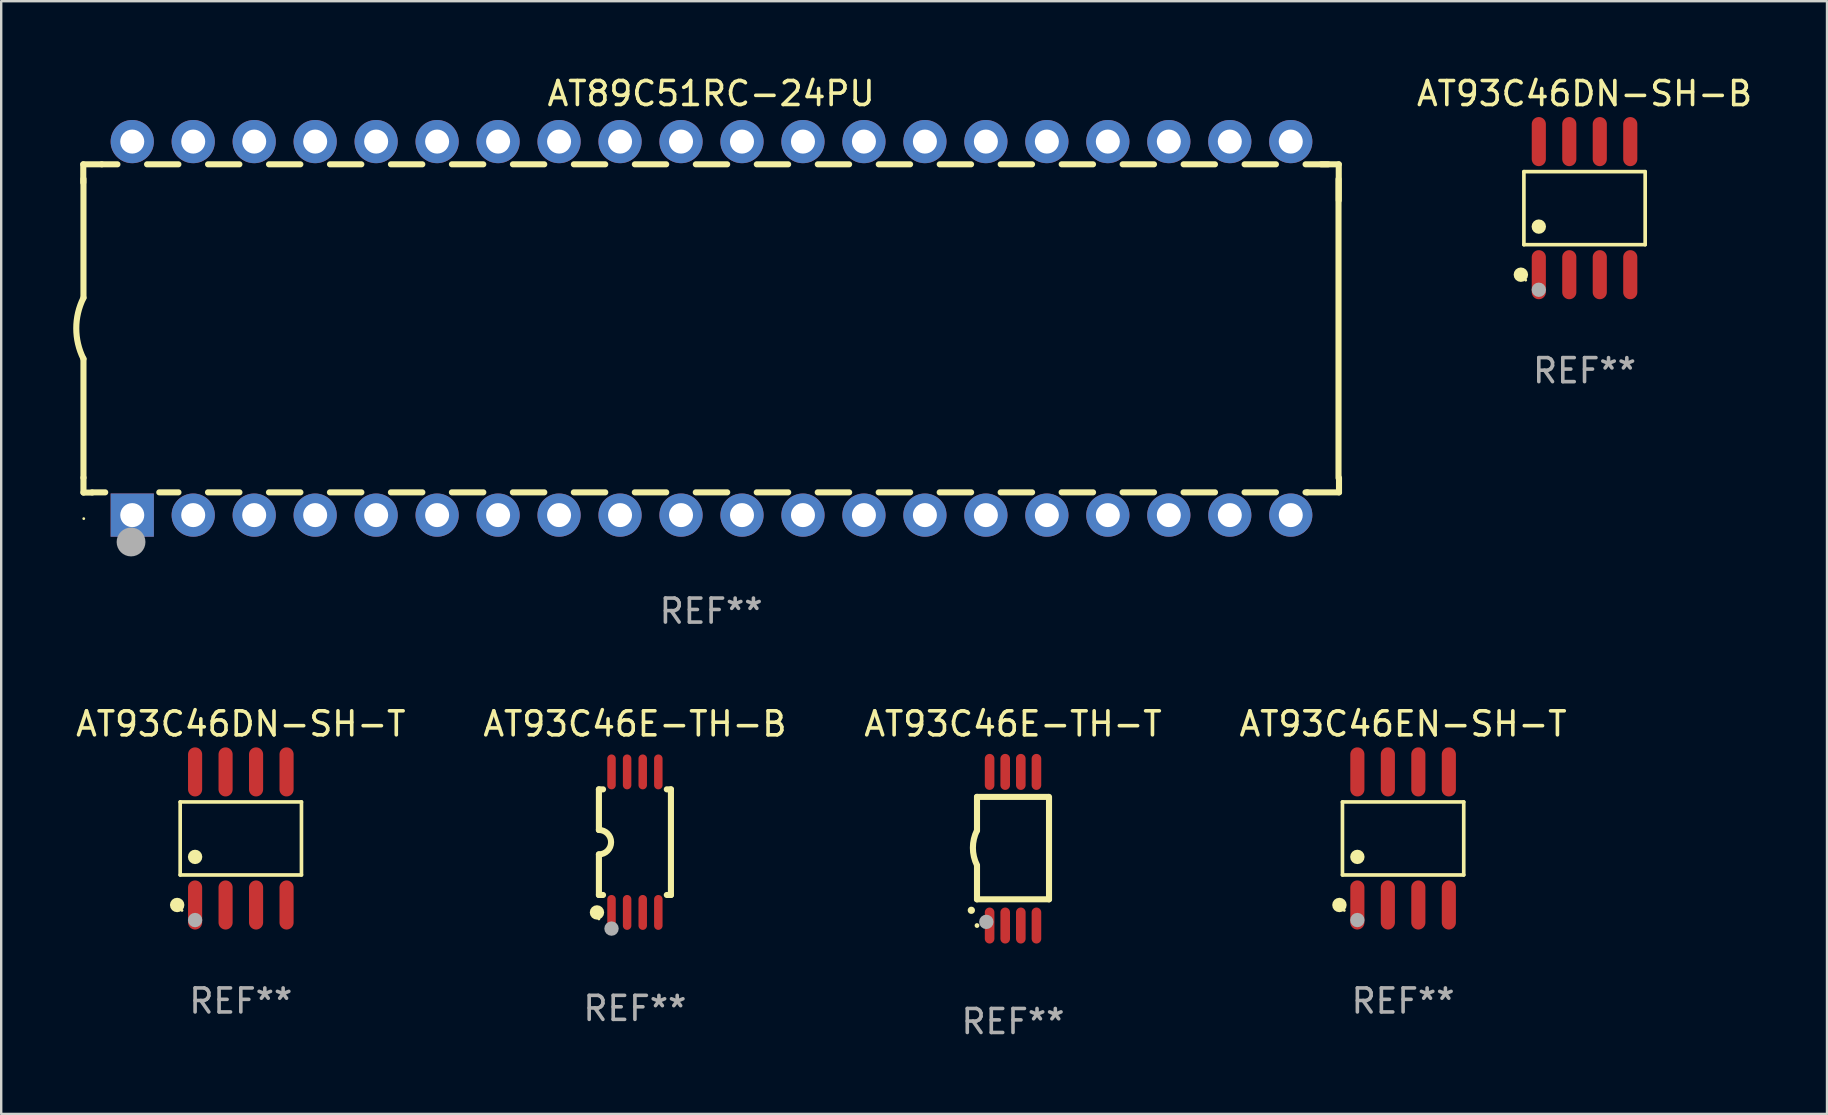
<source format=kicad_pcb>
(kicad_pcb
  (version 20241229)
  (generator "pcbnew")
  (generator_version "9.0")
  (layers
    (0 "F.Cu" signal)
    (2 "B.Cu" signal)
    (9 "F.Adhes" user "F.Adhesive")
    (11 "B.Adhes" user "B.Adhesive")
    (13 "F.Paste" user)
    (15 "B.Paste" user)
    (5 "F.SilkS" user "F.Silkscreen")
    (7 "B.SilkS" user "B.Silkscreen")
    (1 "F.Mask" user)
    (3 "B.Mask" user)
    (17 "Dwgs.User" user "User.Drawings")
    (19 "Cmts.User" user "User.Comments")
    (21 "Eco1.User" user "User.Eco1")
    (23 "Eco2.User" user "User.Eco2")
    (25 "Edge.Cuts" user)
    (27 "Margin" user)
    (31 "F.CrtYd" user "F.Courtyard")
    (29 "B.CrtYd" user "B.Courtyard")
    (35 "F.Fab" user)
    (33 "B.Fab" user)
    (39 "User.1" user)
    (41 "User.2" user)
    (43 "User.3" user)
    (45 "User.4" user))
  (footprint "AT93C46EN-SH-T"
    (layer "F.Cu")
    (at 55.399 31.877)
    (property "Reference" "AT93C46EN-SH-T" (at 0 -4.772 0) (layer "F.SilkS") (effects (font (size 1 1) (thickness 0.15))))
    (attr through_hole)
    (fp_line (start -2.526 -1.521) (end 2.526 -1.521) (stroke (width 0.152) (type solid)) (layer "F.SilkS"))
    (fp_line (start -2.526 1.521) (end -2.526 -1.521) (stroke (width 0.152) (type solid)) (layer "F.SilkS"))
    (fp_line (start 2.526 -1.521) (end 2.526 1.521) (stroke (width 0.152) (type solid)) (layer "F.SilkS"))
    (fp_line (start 2.526 1.521) (end -2.526 1.521) (stroke (width 0.152) (type solid)) (layer "F.SilkS"))
    (fp_circle (center -2.652 2.772) (end -2.501 2.772) (stroke (width 0.3) (type solid)) (fill no) (layer "F.SilkS"))
    (fp_circle (center -2.45 3) (end -2.42 3) (stroke (width 0.06) (type solid)) (fill no) (layer "F.SilkS"))
    (fp_circle (center -1.905 0.769) (end -1.755 0.769) (stroke (width 0.3) (type solid)) (fill no) (layer "F.SilkS"))
    (fp_circle (center -1.905 3.4) (end -1.755 3.4) (stroke (width 0.3) (type solid)) (fill no) (layer "F.Fab"))
    (fp_text user "REF**" (at 0 6.772 0) (layer "F.Fab") (effects (font (size 1 1) (thickness 0.15))))
    (pad "1" smd oval (at -1.905 2.772) (size 0.588 2.045) (layers "F.Cu" "F.Mask" "F.Paste"))
    (pad "2" smd oval (at -0.635 2.772) (size 0.588 2.045) (layers "F.Cu" "F.Mask" "F.Paste"))
    (pad "3" smd oval (at 0.635 2.772) (size 0.588 2.045) (layers "F.Cu" "F.Mask" "F.Paste"))
    (pad "4" smd oval (at 1.905 2.772) (size 0.588 2.045) (layers "F.Cu" "F.Mask" "F.Paste"))
    (pad "5" smd oval (at 1.905 -2.772) (size 0.588 2.045) (layers "F.Cu" "F.Mask" "F.Paste"))
    (pad "6" smd oval (at 0.635 -2.772) (size 0.588 2.045) (layers "F.Cu" "F.Mask" "F.Paste"))
    (pad "7" smd oval (at -0.635 -2.772) (size 0.588 2.045) (layers "F.Cu" "F.Mask" "F.Paste"))
    (pad "8" smd oval (at -1.905 -2.772) (size 0.588 2.045) (layers "F.Cu" "F.Mask" "F.Paste")))
  (footprint "AT93C46E-TH-B"
    (layer "F.Cu")
    (at 23.399 32.032)
    (property "Reference" "AT93C46E-TH-B" (at 0 -4.927 0) (layer "F.SilkS") (effects (font (size 1 1) (thickness 0.15))))
    (attr through_hole)
    (fp_line (start -1.5 -2.2) (end -1.5 -0.508) (stroke (width 0.254) (type solid)) (layer "F.SilkS"))
    (fp_line (start -1.5 -2.2) (end -1.328 -2.2) (stroke (width 0.254) (type solid)) (layer "F.SilkS"))
    (fp_line (start -1.5 2.2) (end -1.5 0.508) (stroke (width 0.254) (type solid)) (layer "F.SilkS"))
    (fp_line (start -1.5 2.2) (end -1.328 2.2) (stroke (width 0.254) (type solid)) (layer "F.SilkS"))
    (fp_line (start 1.328 -2.2) (end 1.5 -2.2) (stroke (width 0.254) (type solid)) (layer "F.SilkS"))
    (fp_line (start 1.328 2.2) (end 1.5 2.2) (stroke (width 0.254) (type solid)) (layer "F.SilkS"))
    (fp_line (start 1.5 -2.2) (end 1.5 2.2) (stroke (width 0.254) (type solid)) (layer "F.SilkS"))
    (fp_arc (start -1.501144 -0.508) (mid -0.993143 -0.000571) (end -1.5 0.508001) (stroke (width 0.254001) (type solid)) (layer "F.SilkS"))
    (fp_circle (center -1.581 2.927) (end -1.431 2.927) (stroke (width 0.3) (type solid)) (fill no) (layer "F.SilkS"))
    (fp_circle (center -1.5 3.2) (end -1.47 3.2) (stroke (width 0.06) (type solid)) (fill no) (layer "F.SilkS"))
    (fp_circle (center -0.975 3.6) (end -0.825 3.6) (stroke (width 0.3) (type solid)) (fill no) (layer "F.Fab"))
    (fp_text user "REF**" (at 0 6.927 0) (layer "F.Fab") (effects (font (size 1 1) (thickness 0.15))))
    (pad "1" smd oval (at -0.975 2.927) (size 0.353 1.454) (layers "F.Cu" "F.Mask" "F.Paste"))
    (pad "2" smd oval (at -0.325 2.927) (size 0.353 1.454) (layers "F.Cu" "F.Mask" "F.Paste"))
    (pad "3" smd oval (at 0.325 2.927) (size 0.353 1.454) (layers "F.Cu" "F.Mask" "F.Paste"))
    (pad "4" smd oval (at 0.975 2.927) (size 0.353 1.454) (layers "F.Cu" "F.Mask" "F.Paste"))
    (pad "5" smd oval (at 0.975 -2.927) (size 0.353 1.454) (layers "F.Cu" "F.Mask" "F.Paste"))
    (pad "6" smd oval (at 0.325 -2.927) (size 0.353 1.454) (layers "F.Cu" "F.Mask" "F.Paste"))
    (pad "7" smd oval (at -0.325 -2.927) (size 0.353 1.454) (layers "F.Cu" "F.Mask" "F.Paste"))
    (pad "8" smd oval (at -0.975 -2.927) (size 0.353 1.454) (layers "F.Cu" "F.Mask" "F.Paste")))
  (footprint "AT93C46DN-SH-B"
    (layer "F.Cu")
    (at 62.957 5.621)
    (property "Reference" "AT93C46DN-SH-B" (at 0 -4.772 0) (layer "F.SilkS") (effects (font (size 1 1) (thickness 0.15))))
    (attr through_hole)
    (fp_line (start -2.526 -1.521) (end 2.526 -1.521) (stroke (width 0.152) (type solid)) (layer "F.SilkS"))
    (fp_line (start -2.526 1.521) (end -2.526 -1.521) (stroke (width 0.152) (type solid)) (layer "F.SilkS"))
    (fp_line (start 2.526 -1.521) (end 2.526 1.521) (stroke (width 0.152) (type solid)) (layer "F.SilkS"))
    (fp_line (start 2.526 1.521) (end -2.526 1.521) (stroke (width 0.152) (type solid)) (layer "F.SilkS"))
    (fp_circle (center -2.652 2.772) (end -2.501 2.772) (stroke (width 0.3) (type solid)) (fill no) (layer "F.SilkS"))
    (fp_circle (center -2.45 3) (end -2.42 3) (stroke (width 0.06) (type solid)) (fill no) (layer "F.SilkS"))
    (fp_circle (center -1.905 0.769) (end -1.755 0.769) (stroke (width 0.3) (type solid)) (fill no) (layer "F.SilkS"))
    (fp_circle (center -1.905 3.4) (end -1.755 3.4) (stroke (width 0.3) (type solid)) (fill no) (layer "F.Fab"))
    (fp_text user "REF**" (at 0 6.772 0) (layer "F.Fab") (effects (font (size 1 1) (thickness 0.15))))
    (pad "1" smd oval (at -1.905 2.772) (size 0.588 2.045) (layers "F.Cu" "F.Mask" "F.Paste"))
    (pad "2" smd oval (at -0.635 2.772) (size 0.588 2.045) (layers "F.Cu" "F.Mask" "F.Paste"))
    (pad "3" smd oval (at 0.635 2.772) (size 0.588 2.045) (layers "F.Cu" "F.Mask" "F.Paste"))
    (pad "4" smd oval (at 1.905 2.772) (size 0.588 2.045) (layers "F.Cu" "F.Mask" "F.Paste"))
    (pad "5" smd oval (at 1.905 -2.772) (size 0.588 2.045) (layers "F.Cu" "F.Mask" "F.Paste"))
    (pad "6" smd oval (at 0.635 -2.772) (size 0.588 2.045) (layers "F.Cu" "F.Mask" "F.Paste"))
    (pad "7" smd oval (at -0.635 -2.772) (size 0.588 2.045) (layers "F.Cu" "F.Mask" "F.Paste"))
    (pad "8" smd oval (at -1.905 -2.772) (size 0.588 2.045) (layers "F.Cu" "F.Mask" "F.Paste")))
  (footprint "AT89C51RC-24PU"
    (layer "F.Cu")
    (at 26.574 10.628)
    (property "Reference" "AT89C51RC-24PU" (at 0 -9.78 0) (layer "F.SilkS") (effects (font (size 1 1) (thickness 0.15))))
    (attr through_hole)
    (fp_line (start -26.155 -6.833) (end -26.155 -6.073) (stroke (width 0.254) (type solid)) (layer "F.SilkS"))
    (fp_line (start -26.147 -6.224) (end -26.147 -1.271) (stroke (width 0.254) (type solid)) (layer "F.SilkS"))
    (fp_line (start -26.147 1.269) (end -26.147 6.222) (stroke (width 0.254) (type solid)) (layer "F.SilkS"))
    (fp_line (start -26.147 6.222) (end -26.147 6.84) (stroke (width 0.254) (type solid)) (layer "F.SilkS"))
    (fp_line (start -26.147 6.84) (end -25.785 6.84) (stroke (width 0.254) (type solid)) (layer "F.SilkS"))
    (fp_line (start -25.385 -6.833) (end -26.155 -6.833) (stroke (width 0.254) (type solid)) (layer "F.SilkS"))
    (fp_line (start -25.385 -6.833) (end -24.732 -6.833) (stroke (width 0.254) (type solid)) (layer "F.SilkS"))
    (fp_line (start -25.241 6.832) (end -25.785 6.832) (stroke (width 0.254) (type solid)) (layer "F.SilkS"))
    (fp_line (start -23.498 -6.833) (end -22.192 -6.833) (stroke (width 0.254) (type solid)) (layer "F.SilkS"))
    (fp_line (start -22.19 6.832) (end -22.989 6.832) (stroke (width 0.254) (type solid)) (layer "F.SilkS"))
    (fp_line (start -20.958 -6.833) (end -19.652 -6.833) (stroke (width 0.254) (type solid)) (layer "F.SilkS"))
    (fp_line (start -19.65 6.832) (end -20.96 6.832) (stroke (width 0.254) (type solid)) (layer "F.SilkS"))
    (fp_line (start -18.418 -6.833) (end -17.112 -6.833) (stroke (width 0.254) (type solid)) (layer "F.SilkS"))
    (fp_line (start -17.11 6.832) (end -18.42 6.832) (stroke (width 0.254) (type solid)) (layer "F.SilkS"))
    (fp_line (start -15.878 -6.833) (end -14.572 -6.833) (stroke (width 0.254) (type solid)) (layer "F.SilkS"))
    (fp_line (start -14.57 6.832) (end -15.88 6.832) (stroke (width 0.254) (type solid)) (layer "F.SilkS"))
    (fp_line (start -13.338 -6.833) (end -12.032 -6.833) (stroke (width 0.254) (type solid)) (layer "F.SilkS"))
    (fp_line (start -12.03 6.832) (end -13.34 6.832) (stroke (width 0.254) (type solid)) (layer "F.SilkS"))
    (fp_line (start -10.798 -6.833) (end -9.492 -6.833) (stroke (width 0.254) (type solid)) (layer "F.SilkS"))
    (fp_line (start -9.49 6.832) (end -10.8 6.832) (stroke (width 0.254) (type solid)) (layer "F.SilkS"))
    (fp_line (start -8.258 -6.833) (end -6.952 -6.833) (stroke (width 0.254) (type solid)) (layer "F.SilkS"))
    (fp_line (start -6.95 6.832) (end -8.26 6.832) (stroke (width 0.254) (type solid)) (layer "F.SilkS"))
    (fp_line (start -5.718 -6.833) (end -4.412 -6.833) (stroke (width 0.254) (type solid)) (layer "F.SilkS"))
    (fp_line (start -4.41 6.832) (end -5.72 6.832) (stroke (width 0.254) (type solid)) (layer "F.SilkS"))
    (fp_line (start -3.178 -6.833) (end -1.872 -6.833) (stroke (width 0.254) (type solid)) (layer "F.SilkS"))
    (fp_line (start -1.87 6.832) (end -3.18 6.832) (stroke (width 0.254) (type solid)) (layer "F.SilkS"))
    (fp_line (start -0.638 -6.833) (end 0.668 -6.833) (stroke (width 0.254) (type solid)) (layer "F.SilkS"))
    (fp_line (start 0.67 6.832) (end -0.64 6.832) (stroke (width 0.254) (type solid)) (layer "F.SilkS"))
    (fp_line (start 1.902 -6.833) (end 3.208 -6.833) (stroke (width 0.254) (type solid)) (layer "F.SilkS"))
    (fp_line (start 3.21 6.832) (end 1.9 6.832) (stroke (width 0.254) (type solid)) (layer "F.SilkS"))
    (fp_line (start 4.442 -6.833) (end 5.748 -6.833) (stroke (width 0.254) (type solid)) (layer "F.SilkS"))
    (fp_line (start 5.75 6.832) (end 4.44 6.832) (stroke (width 0.254) (type solid)) (layer "F.SilkS"))
    (fp_line (start 6.982 -6.833) (end 8.288 -6.833) (stroke (width 0.254) (type solid)) (layer "F.SilkS"))
    (fp_line (start 8.29 6.832) (end 6.98 6.832) (stroke (width 0.254) (type solid)) (layer "F.SilkS"))
    (fp_line (start 9.522 -6.833) (end 10.828 -6.833) (stroke (width 0.254) (type solid)) (layer "F.SilkS"))
    (fp_line (start 10.83 6.832) (end 9.52 6.832) (stroke (width 0.254) (type solid)) (layer "F.SilkS"))
    (fp_line (start 12.062 -6.833) (end 13.368 -6.833) (stroke (width 0.254) (type solid)) (layer "F.SilkS"))
    (fp_line (start 13.37 6.832) (end 12.06 6.832) (stroke (width 0.254) (type solid)) (layer "F.SilkS"))
    (fp_line (start 14.602 -6.833) (end 15.908 -6.833) (stroke (width 0.254) (type solid)) (layer "F.SilkS"))
    (fp_line (start 15.91 6.832) (end 14.6 6.832) (stroke (width 0.254) (type solid)) (layer "F.SilkS"))
    (fp_line (start 17.142 -6.833) (end 18.448 -6.833) (stroke (width 0.254) (type solid)) (layer "F.SilkS"))
    (fp_line (start 18.45 6.832) (end 17.14 6.832) (stroke (width 0.254) (type solid)) (layer "F.SilkS"))
    (fp_line (start 19.682 -6.833) (end 20.988 -6.833) (stroke (width 0.254) (type solid)) (layer "F.SilkS"))
    (fp_line (start 20.99 6.832) (end 19.68 6.832) (stroke (width 0.254) (type solid)) (layer "F.SilkS"))
    (fp_line (start 22.222 -6.833) (end 23.528 -6.833) (stroke (width 0.254) (type solid)) (layer "F.SilkS"))
    (fp_line (start 23.53 6.832) (end 22.22 6.832) (stroke (width 0.254) (type solid)) (layer "F.SilkS"))
    (fp_line (start 24.762 -6.833) (end 25.7 -6.833) (stroke (width 0.254) (type solid)) (layer "F.SilkS"))
    (fp_line (start 24.831 6.832) (end 24.76 6.832) (stroke (width 0.254) (type solid)) (layer "F.SilkS"))
    (fp_line (start 24.831 6.832) (end 26.155 6.832) (stroke (width 0.254) (type solid)) (layer "F.SilkS"))
    (fp_line (start 25.415 -6.833) (end 26.145 -6.833) (stroke (width 0.254) (type solid)) (layer "F.SilkS"))
    (fp_line (start 26.135 6.23) (end 26.135 -6.216) (stroke (width 0.254) (type solid)) (layer "F.SilkS"))
    (fp_line (start 26.145 -6.833) (end 26.145 -5.333) (stroke (width 0.254) (type solid)) (layer "F.SilkS"))
    (fp_line (start 26.155 6.832) (end 26.155 6.23) (stroke (width 0.254) (type solid)) (layer "F.SilkS"))
    (fp_arc (start -26.147003 1.269241) (mid -26.44681 -0.000762) (end -26.147003 -1.270765) (stroke (width 0.254001) (type solid)) (layer "F.SilkS"))
    (fp_circle (center -26.135 7.927) (end -26.105 7.927) (stroke (width 0.06) (type solid)) (fill no) (layer "F.SilkS"))
    (fp_circle (center -24.165 8.9) (end -23.865 8.9) (stroke (width 0.6) (type solid)) (fill no) (layer "F.Fab"))
    (fp_text user "REF**" (at 0 11.78 0) (layer "F.Fab") (effects (font (size 1 1) (thickness 0.15))))
    (pad "1" thru_hole rect (at -24.115 7.78 90) (size 1.8 1.8) (drill 1) (layers "*.Cu" "*.Mask"))
    (pad "2" thru_hole circle (at -21.575 7.78) (size 1.8 1.8) (drill 1) (layers "*.Cu" "*.Mask"))
    (pad "3" thru_hole circle (at -19.035 7.78) (size 1.8 1.8) (drill 1) (layers "*.Cu" "*.Mask"))
    (pad "4" thru_hole circle (at -16.495 7.78) (size 1.8 1.8) (drill 1) (layers "*.Cu" "*.Mask"))
    (pad "5" thru_hole circle (at -13.955 7.78) (size 1.8 1.8) (drill 1) (layers "*.Cu" "*.Mask"))
    (pad "6" thru_hole circle (at -11.415 7.78) (size 1.8 1.8) (drill 1) (layers "*.Cu" "*.Mask"))
    (pad "7" thru_hole circle (at -8.875 7.78) (size 1.8 1.8) (drill 1) (layers "*.Cu" "*.Mask"))
    (pad "8" thru_hole circle (at -6.335 7.78) (size 1.8 1.8) (drill 1) (layers "*.Cu" "*.Mask"))
    (pad "9" thru_hole circle (at -3.795 7.78) (size 1.8 1.8) (drill 1) (layers "*.Cu" "*.Mask"))
    (pad "10" thru_hole circle (at -1.255 7.78) (size 1.8 1.8) (drill 1) (layers "*.Cu" "*.Mask"))
    (pad "11" thru_hole circle (at 1.285 7.78) (size 1.8 1.8) (drill 1) (layers "*.Cu" "*.Mask"))
    (pad "12" thru_hole circle (at 3.825 7.78) (size 1.8 1.8) (drill 1) (layers "*.Cu" "*.Mask"))
    (pad "13" thru_hole circle (at 6.365 7.78) (size 1.8 1.8) (drill 1) (layers "*.Cu" "*.Mask"))
    (pad "14" thru_hole circle (at 8.905 7.78) (size 1.8 1.8) (drill 1) (layers "*.Cu" "*.Mask"))
    (pad "15" thru_hole circle (at 11.445 7.78) (size 1.8 1.8) (drill 1) (layers "*.Cu" "*.Mask"))
    (pad "16" thru_hole circle (at 13.985 7.78) (size 1.8 1.8) (drill 1) (layers "*.Cu" "*.Mask"))
    (pad "17" thru_hole circle (at 16.525 7.78) (size 1.8 1.8) (drill 1) (layers "*.Cu" "*.Mask"))
    (pad "18" thru_hole circle (at 19.065 7.78) (size 1.8 1.8) (drill 1) (layers "*.Cu" "*.Mask"))
    (pad "19" thru_hole circle (at 21.605 7.78) (size 1.8 1.8) (drill 1) (layers "*.Cu" "*.Mask"))
    (pad "20" thru_hole circle (at 24.145 7.78) (size 1.8 1.8) (drill 1) (layers "*.Cu" "*.Mask"))
    (pad "21" thru_hole circle (at 24.145 -7.78) (size 1.8 1.8) (drill 1) (layers "*.Cu" "*.Mask"))
    (pad "22" thru_hole circle (at 21.605 -7.78) (size 1.8 1.8) (drill 1) (layers "*.Cu" "*.Mask"))
    (pad "23" thru_hole circle (at 19.065 -7.78) (size 1.8 1.8) (drill 1) (layers "*.Cu" "*.Mask"))
    (pad "24" thru_hole circle (at 16.525 -7.78) (size 1.8 1.8) (drill 1) (layers "*.Cu" "*.Mask"))
    (pad "25" thru_hole circle (at 13.985 -7.78) (size 1.8 1.8) (drill 1) (layers "*.Cu" "*.Mask"))
    (pad "26" thru_hole circle (at 11.445 -7.78) (size 1.8 1.8) (drill 1) (layers "*.Cu" "*.Mask"))
    (pad "27" thru_hole circle (at 8.905 -7.78) (size 1.8 1.8) (drill 1) (layers "*.Cu" "*.Mask"))
    (pad "28" thru_hole circle (at 6.365 -7.78) (size 1.8 1.8) (drill 1) (layers "*.Cu" "*.Mask"))
    (pad "29" thru_hole circle (at 3.825 -7.78) (size 1.8 1.8) (drill 1) (layers "*.Cu" "*.Mask"))
    (pad "30" thru_hole circle (at 1.285 -7.78) (size 1.8 1.8) (drill 1) (layers "*.Cu" "*.Mask"))
    (pad "31" thru_hole circle (at -1.255 -7.78) (size 1.8 1.8) (drill 1) (layers "*.Cu" "*.Mask"))
    (pad "32" thru_hole circle (at -3.795 -7.78) (size 1.8 1.8) (drill 1) (layers "*.Cu" "*.Mask"))
    (pad "33" thru_hole circle (at -6.335 -7.78) (size 1.8 1.8) (drill 1) (layers "*.Cu" "*.Mask"))
    (pad "34" thru_hole circle (at -8.875 -7.78) (size 1.8 1.8) (drill 1) (layers "*.Cu" "*.Mask"))
    (pad "35" thru_hole circle (at -11.415 -7.78) (size 1.8 1.8) (drill 1) (layers "*.Cu" "*.Mask"))
    (pad "36" thru_hole circle (at -13.955 -7.78) (size 1.8 1.8) (drill 1) (layers "*.Cu" "*.Mask"))
    (pad "37" thru_hole circle (at -16.495 -7.78) (size 1.8 1.8) (drill 1) (layers "*.Cu" "*.Mask"))
    (pad "38" thru_hole circle (at -19.035 -7.78) (size 1.8 1.8) (drill 1) (layers "*.Cu" "*.Mask"))
    (pad "39" thru_hole circle (at -21.575 -7.78) (size 1.8 1.8) (drill 1) (layers "*.Cu" "*.Mask"))
    (pad "40" thru_hole circle (at -24.115 -7.78) (size 1.8 1.8) (drill 1) (layers "*.Cu" "*.Mask")))
  (footprint "AT93C46E-TH-T"
    (layer "F.Cu")
    (at 39.149 32.305)
    (property "Reference" "AT93C46E-TH-T" (at 0 -5.2 0) (layer "F.SilkS") (effects (font (size 1 1) (thickness 0.15))))
    (attr through_hole)
    (fp_line (start -1.5 -0.762) (end -1.5 -2.159) (stroke (width 0.254) (type solid)) (layer "F.SilkS"))
    (fp_line (start -1.5 2.108) (end -1.5 0.711) (stroke (width 0.254) (type solid)) (layer "F.SilkS"))
    (fp_line (start -1.5 2.108) (end 1.5 2.108) (stroke (width 0.254) (type solid)) (layer "F.SilkS"))
    (fp_line (start 1.463 -2.159) (end -1.5 -2.159) (stroke (width 0.254) (type solid)) (layer "F.SilkS"))
    (fp_line (start 1.5 2.108) (end 1.5 -2.159) (stroke (width 0.254) (type solid)) (layer "F.SilkS"))
    (fp_arc (start -1.737287 2.565405) (mid -1.736017 2.5654) (end -1.734747 2.565405) (stroke (width 0.3) (type solid)) (layer "F.SilkS"))
    (fp_arc (start -1.500076 0.685801) (mid -1.670966 -0.0381) (end -1.500076 -0.762002) (stroke (width 0.254001) (type solid)) (layer "F.SilkS"))
    (fp_circle (center -1.5 3.2) (end -1.45 3.2) (stroke (width 0.1) (type solid)) (fill no) (layer "F.SilkS"))
    (fp_circle (center -1.112 3.048) (end -0.962 3.048) (stroke (width 0.3) (type solid)) (fill no) (layer "F.Fab"))
    (fp_text user "REF**" (at 0 7.2 0) (layer "F.Fab") (effects (font (size 1 1) (thickness 0.15))))
    (pad "1" smd oval (at -0.975 3.2 180) (size 0.4 1.5) (layers "F.Cu" "F.Mask" "F.Paste"))
    (pad "2" smd oval (at -0.325 3.2 180) (size 0.4 1.5) (layers "F.Cu" "F.Mask" "F.Paste"))
    (pad "3" smd oval (at 0.325 3.2 180) (size 0.4 1.5) (layers "F.Cu" "F.Mask" "F.Paste"))
    (pad "4" smd oval (at 0.976 3.2 180) (size 0.4 1.5) (layers "F.Cu" "F.Mask" "F.Paste"))
    (pad "5" smd oval (at 0.976 -3.2 180) (size 0.4 1.5) (layers "F.Cu" "F.Mask" "F.Paste"))
    (pad "6" smd oval (at 0.325 -3.2 180) (size 0.4 1.5) (layers "F.Cu" "F.Mask" "F.Paste"))
    (pad "7" smd oval (at -0.325 -3.2 180) (size 0.4 1.5) (layers "F.Cu" "F.Mask" "F.Paste"))
    (pad "8" smd oval (at -0.975 -3.2 180) (size 0.4 1.5) (layers "F.Cu" "F.Mask" "F.Paste")))
  (footprint "AT93C46DN-SH-T"
    (layer "F.Cu")
    (at 6.982 31.877)
    (property "Reference" "AT93C46DN-SH-T" (at 0 -4.772 0) (layer "F.SilkS") (effects (font (size 1 1) (thickness 0.15))))
    (attr through_hole)
    (fp_line (start -2.526 -1.521) (end 2.526 -1.521) (stroke (width 0.152) (type solid)) (layer "F.SilkS"))
    (fp_line (start -2.526 1.521) (end -2.526 -1.521) (stroke (width 0.152) (type solid)) (layer "F.SilkS"))
    (fp_line (start 2.526 -1.521) (end 2.526 1.521) (stroke (width 0.152) (type solid)) (layer "F.SilkS"))
    (fp_line (start 2.526 1.521) (end -2.526 1.521) (stroke (width 0.152) (type solid)) (layer "F.SilkS"))
    (fp_circle (center -2.652 2.772) (end -2.501 2.772) (stroke (width 0.3) (type solid)) (fill no) (layer "F.SilkS"))
    (fp_circle (center -2.45 3) (end -2.42 3) (stroke (width 0.06) (type solid)) (fill no) (layer "F.SilkS"))
    (fp_circle (center -1.905 0.769) (end -1.755 0.769) (stroke (width 0.3) (type solid)) (fill no) (layer "F.SilkS"))
    (fp_circle (center -1.905 3.4) (end -1.755 3.4) (stroke (width 0.3) (type solid)) (fill no) (layer "F.Fab"))
    (fp_text user "REF**" (at 0 6.772 0) (layer "F.Fab") (effects (font (size 1 1) (thickness 0.15))))
    (pad "1" smd oval (at -1.905 2.772) (size 0.588 2.045) (layers "F.Cu" "F.Mask" "F.Paste"))
    (pad "2" smd oval (at -0.635 2.772) (size 0.588 2.045) (layers "F.Cu" "F.Mask" "F.Paste"))
    (pad "3" smd oval (at 0.635 2.772) (size 0.588 2.045) (layers "F.Cu" "F.Mask" "F.Paste"))
    (pad "4" smd oval (at 1.905 2.772) (size 0.588 2.045) (layers "F.Cu" "F.Mask" "F.Paste"))
    (pad "5" smd oval (at 1.905 -2.772) (size 0.588 2.045) (layers "F.Cu" "F.Mask" "F.Paste"))
    (pad "6" smd oval (at 0.635 -2.772) (size 0.588 2.045) (layers "F.Cu" "F.Mask" "F.Paste"))
    (pad "7" smd oval (at -0.635 -2.772) (size 0.588 2.045) (layers "F.Cu" "F.Mask" "F.Paste"))
    (pad "8" smd oval (at -1.905 -2.772) (size 0.588 2.045) (layers "F.Cu" "F.Mask" "F.Paste")))
  (gr_rect
    (start -3 -3)
    (end 73.058 43.354)
    (stroke (width 0.1) (type default))
    (fill no)
    (layer "Edge.Cuts")))
</source>
